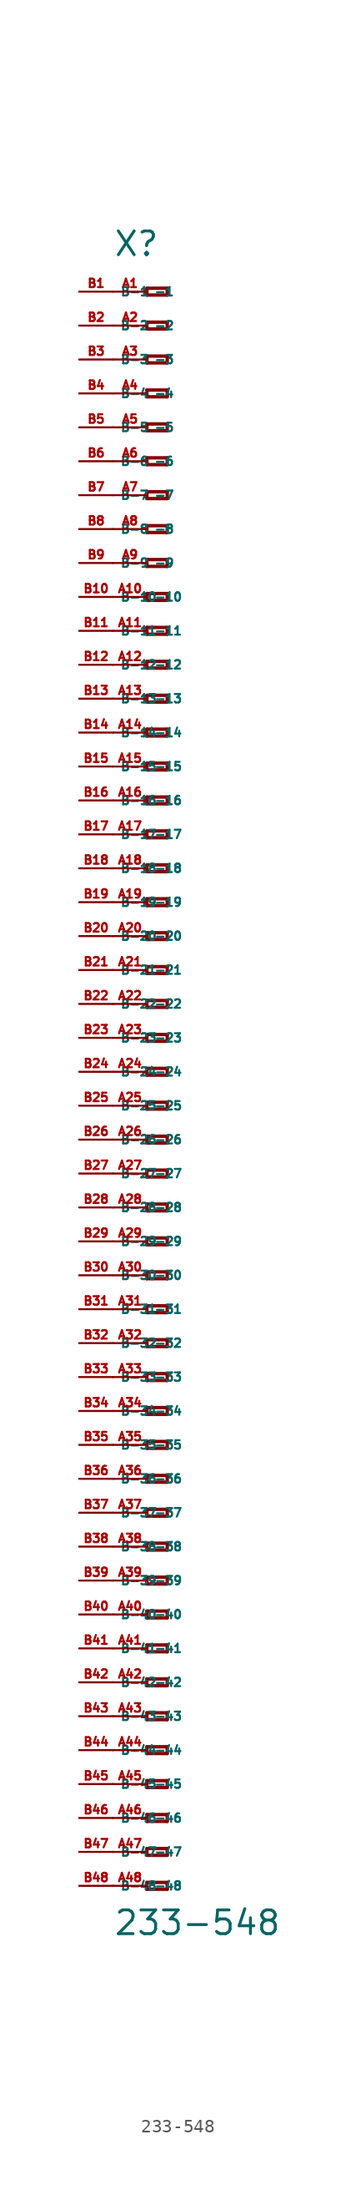
<source format=kicad_sym>
(kicad_symbol_lib
  (version 20220914)
  (generator Eagle2Kicad)
  (symbol "233-548"
    (property "Reference" "X"
      (at -5.08 60.96 0)
      (effects (font (size 1.778 1.778) (thickness 0.22)) (justify left bottom)))
    (property "Value" "233-548"
      (at -5.08 -64.77 0)
      (effects (font (size 1.778 1.778) (thickness 0.22)) (justify left bottom)))
    (polyline
      (pts (xy -2.54 58.674) (xy -2.54 58.166))
      (stroke (width 0.254) (type default))
      (fill (type none)))
    (polyline
      (pts (xy -2.54 58.166) (xy -1.016 58.166))
      (stroke (width 0.254) (type default))
      (fill (type none)))
    (polyline
      (pts (xy -1.016 58.166) (xy -1.016 58.674))
      (stroke (width 0.254) (type default))
      (fill (type none)))
    (polyline
      (pts (xy -1.016 58.674) (xy -2.54 58.674))
      (stroke (width 0.254) (type default))
      (fill (type none)))
    (polyline
      (pts (xy -2.54 56.134) (xy -2.54 55.626))
      (stroke (width 0.254) (type default))
      (fill (type none)))
    (polyline
      (pts (xy -2.54 55.626) (xy -1.016 55.626))
      (stroke (width 0.254) (type default))
      (fill (type none)))
    (polyline
      (pts (xy -1.016 55.626) (xy -1.016 56.134))
      (stroke (width 0.254) (type default))
      (fill (type none)))
    (polyline
      (pts (xy -1.016 56.134) (xy -2.54 56.134))
      (stroke (width 0.254) (type default))
      (fill (type none)))
    (polyline
      (pts (xy -2.54 53.594) (xy -2.54 53.086))
      (stroke (width 0.254) (type default))
      (fill (type none)))
    (polyline
      (pts (xy -2.54 53.086) (xy -1.016 53.086))
      (stroke (width 0.254) (type default))
      (fill (type none)))
    (polyline
      (pts (xy -1.016 53.086) (xy -1.016 53.594))
      (stroke (width 0.254) (type default))
      (fill (type none)))
    (polyline
      (pts (xy -1.016 53.594) (xy -2.54 53.594))
      (stroke (width 0.254) (type default))
      (fill (type none)))
    (polyline
      (pts (xy -2.54 51.054) (xy -2.54 50.546))
      (stroke (width 0.254) (type default))
      (fill (type none)))
    (polyline
      (pts (xy -2.54 50.546) (xy -1.016 50.546))
      (stroke (width 0.254) (type default))
      (fill (type none)))
    (polyline
      (pts (xy -1.016 50.546) (xy -1.016 51.054))
      (stroke (width 0.254) (type default))
      (fill (type none)))
    (polyline
      (pts (xy -1.016 51.054) (xy -2.54 51.054))
      (stroke (width 0.254) (type default))
      (fill (type none)))
    (polyline
      (pts (xy -2.54 48.514) (xy -2.54 48.006))
      (stroke (width 0.254) (type default))
      (fill (type none)))
    (polyline
      (pts (xy -2.54 48.006) (xy -1.016 48.006))
      (stroke (width 0.254) (type default))
      (fill (type none)))
    (polyline
      (pts (xy -1.016 48.006) (xy -1.016 48.514))
      (stroke (width 0.254) (type default))
      (fill (type none)))
    (polyline
      (pts (xy -1.016 48.514) (xy -2.54 48.514))
      (stroke (width 0.254) (type default))
      (fill (type none)))
    (polyline
      (pts (xy -2.54 45.974) (xy -2.54 45.466))
      (stroke (width 0.254) (type default))
      (fill (type none)))
    (polyline
      (pts (xy -2.54 45.466) (xy -1.016 45.466))
      (stroke (width 0.254) (type default))
      (fill (type none)))
    (polyline
      (pts (xy -1.016 45.466) (xy -1.016 45.974))
      (stroke (width 0.254) (type default))
      (fill (type none)))
    (polyline
      (pts (xy -1.016 45.974) (xy -2.54 45.974))
      (stroke (width 0.254) (type default))
      (fill (type none)))
    (polyline
      (pts (xy -2.54 43.434) (xy -2.54 42.926))
      (stroke (width 0.254) (type default))
      (fill (type none)))
    (polyline
      (pts (xy -2.54 42.926) (xy -1.016 42.926))
      (stroke (width 0.254) (type default))
      (fill (type none)))
    (polyline
      (pts (xy -1.016 42.926) (xy -1.016 43.434))
      (stroke (width 0.254) (type default))
      (fill (type none)))
    (polyline
      (pts (xy -1.016 43.434) (xy -2.54 43.434))
      (stroke (width 0.254) (type default))
      (fill (type none)))
    (polyline
      (pts (xy -2.54 40.894) (xy -2.54 40.386))
      (stroke (width 0.254) (type default))
      (fill (type none)))
    (polyline
      (pts (xy -2.54 40.386) (xy -1.016 40.386))
      (stroke (width 0.254) (type default))
      (fill (type none)))
    (polyline
      (pts (xy -1.016 40.386) (xy -1.016 40.894))
      (stroke (width 0.254) (type default))
      (fill (type none)))
    (polyline
      (pts (xy -1.016 40.894) (xy -2.54 40.894))
      (stroke (width 0.254) (type default))
      (fill (type none)))
    (polyline
      (pts (xy -2.54 38.354) (xy -2.54 37.846))
      (stroke (width 0.254) (type default))
      (fill (type none)))
    (polyline
      (pts (xy -2.54 37.846) (xy -1.016 37.846))
      (stroke (width 0.254) (type default))
      (fill (type none)))
    (polyline
      (pts (xy -1.016 37.846) (xy -1.016 38.354))
      (stroke (width 0.254) (type default))
      (fill (type none)))
    (polyline
      (pts (xy -1.016 38.354) (xy -2.54 38.354))
      (stroke (width 0.254) (type default))
      (fill (type none)))
    (polyline
      (pts (xy -2.54 35.814) (xy -2.54 35.306))
      (stroke (width 0.254) (type default))
      (fill (type none)))
    (polyline
      (pts (xy -2.54 35.306) (xy -1.016 35.306))
      (stroke (width 0.254) (type default))
      (fill (type none)))
    (polyline
      (pts (xy -1.016 35.306) (xy -1.016 35.814))
      (stroke (width 0.254) (type default))
      (fill (type none)))
    (polyline
      (pts (xy -1.016 35.814) (xy -2.54 35.814))
      (stroke (width 0.254) (type default))
      (fill (type none)))
    (polyline
      (pts (xy -2.54 33.274) (xy -2.54 32.766))
      (stroke (width 0.254) (type default))
      (fill (type none)))
    (polyline
      (pts (xy -2.54 32.766) (xy -1.016 32.766))
      (stroke (width 0.254) (type default))
      (fill (type none)))
    (polyline
      (pts (xy -1.016 32.766) (xy -1.016 33.274))
      (stroke (width 0.254) (type default))
      (fill (type none)))
    (polyline
      (pts (xy -1.016 33.274) (xy -2.54 33.274))
      (stroke (width 0.254) (type default))
      (fill (type none)))
    (polyline
      (pts (xy -2.54 30.734) (xy -2.54 30.226))
      (stroke (width 0.254) (type default))
      (fill (type none)))
    (polyline
      (pts (xy -2.54 30.226) (xy -1.016 30.226))
      (stroke (width 0.254) (type default))
      (fill (type none)))
    (polyline
      (pts (xy -1.016 30.226) (xy -1.016 30.734))
      (stroke (width 0.254) (type default))
      (fill (type none)))
    (polyline
      (pts (xy -1.016 30.734) (xy -2.54 30.734))
      (stroke (width 0.254) (type default))
      (fill (type none)))
    (polyline
      (pts (xy -2.54 28.194) (xy -2.54 27.686))
      (stroke (width 0.254) (type default))
      (fill (type none)))
    (polyline
      (pts (xy -2.54 27.686) (xy -1.016 27.686))
      (stroke (width 0.254) (type default))
      (fill (type none)))
    (polyline
      (pts (xy -1.016 27.686) (xy -1.016 28.194))
      (stroke (width 0.254) (type default))
      (fill (type none)))
    (polyline
      (pts (xy -1.016 28.194) (xy -2.54 28.194))
      (stroke (width 0.254) (type default))
      (fill (type none)))
    (polyline
      (pts (xy -2.54 25.654) (xy -2.54 25.146))
      (stroke (width 0.254) (type default))
      (fill (type none)))
    (polyline
      (pts (xy -2.54 25.146) (xy -1.016 25.146))
      (stroke (width 0.254) (type default))
      (fill (type none)))
    (polyline
      (pts (xy -1.016 25.146) (xy -1.016 25.654))
      (stroke (width 0.254) (type default))
      (fill (type none)))
    (polyline
      (pts (xy -1.016 25.654) (xy -2.54 25.654))
      (stroke (width 0.254) (type default))
      (fill (type none)))
    (polyline
      (pts (xy -2.54 23.114) (xy -2.54 22.606))
      (stroke (width 0.254) (type default))
      (fill (type none)))
    (polyline
      (pts (xy -2.54 22.606) (xy -1.016 22.606))
      (stroke (width 0.254) (type default))
      (fill (type none)))
    (polyline
      (pts (xy -1.016 22.606) (xy -1.016 23.114))
      (stroke (width 0.254) (type default))
      (fill (type none)))
    (polyline
      (pts (xy -1.016 23.114) (xy -2.54 23.114))
      (stroke (width 0.254) (type default))
      (fill (type none)))
    (polyline
      (pts (xy -2.54 20.574) (xy -2.54 20.066))
      (stroke (width 0.254) (type default))
      (fill (type none)))
    (polyline
      (pts (xy -2.54 20.066) (xy -1.016 20.066))
      (stroke (width 0.254) (type default))
      (fill (type none)))
    (polyline
      (pts (xy -1.016 20.066) (xy -1.016 20.574))
      (stroke (width 0.254) (type default))
      (fill (type none)))
    (polyline
      (pts (xy -1.016 20.574) (xy -2.54 20.574))
      (stroke (width 0.254) (type default))
      (fill (type none)))
    (polyline
      (pts (xy -2.54 18.034) (xy -2.54 17.526))
      (stroke (width 0.254) (type default))
      (fill (type none)))
    (polyline
      (pts (xy -2.54 17.526) (xy -1.016 17.526))
      (stroke (width 0.254) (type default))
      (fill (type none)))
    (polyline
      (pts (xy -1.016 17.526) (xy -1.016 18.034))
      (stroke (width 0.254) (type default))
      (fill (type none)))
    (polyline
      (pts (xy -1.016 18.034) (xy -2.54 18.034))
      (stroke (width 0.254) (type default))
      (fill (type none)))
    (polyline
      (pts (xy -2.54 15.494) (xy -2.54 14.986))
      (stroke (width 0.254) (type default))
      (fill (type none)))
    (polyline
      (pts (xy -2.54 14.986) (xy -1.016 14.986))
      (stroke (width 0.254) (type default))
      (fill (type none)))
    (polyline
      (pts (xy -1.016 14.986) (xy -1.016 15.494))
      (stroke (width 0.254) (type default))
      (fill (type none)))
    (polyline
      (pts (xy -1.016 15.494) (xy -2.54 15.494))
      (stroke (width 0.254) (type default))
      (fill (type none)))
    (polyline
      (pts (xy -2.54 12.954) (xy -2.54 12.446))
      (stroke (width 0.254) (type default))
      (fill (type none)))
    (polyline
      (pts (xy -2.54 12.446) (xy -1.016 12.446))
      (stroke (width 0.254) (type default))
      (fill (type none)))
    (polyline
      (pts (xy -1.016 12.446) (xy -1.016 12.954))
      (stroke (width 0.254) (type default))
      (fill (type none)))
    (polyline
      (pts (xy -1.016 12.954) (xy -2.54 12.954))
      (stroke (width 0.254) (type default))
      (fill (type none)))
    (polyline
      (pts (xy -2.54 10.414) (xy -2.54 9.906))
      (stroke (width 0.254) (type default))
      (fill (type none)))
    (polyline
      (pts (xy -2.54 9.906) (xy -1.016 9.906))
      (stroke (width 0.254) (type default))
      (fill (type none)))
    (polyline
      (pts (xy -1.016 9.906) (xy -1.016 10.414))
      (stroke (width 0.254) (type default))
      (fill (type none)))
    (polyline
      (pts (xy -1.016 10.414) (xy -2.54 10.414))
      (stroke (width 0.254) (type default))
      (fill (type none)))
    (polyline
      (pts (xy -2.54 7.874) (xy -2.54 7.366))
      (stroke (width 0.254) (type default))
      (fill (type none)))
    (polyline
      (pts (xy -2.54 7.366) (xy -1.016 7.366))
      (stroke (width 0.254) (type default))
      (fill (type none)))
    (polyline
      (pts (xy -1.016 7.366) (xy -1.016 7.874))
      (stroke (width 0.254) (type default))
      (fill (type none)))
    (polyline
      (pts (xy -1.016 7.874) (xy -2.54 7.874))
      (stroke (width 0.254) (type default))
      (fill (type none)))
    (polyline
      (pts (xy -2.54 5.334) (xy -2.54 4.826))
      (stroke (width 0.254) (type default))
      (fill (type none)))
    (polyline
      (pts (xy -2.54 4.826) (xy -1.016 4.826))
      (stroke (width 0.254) (type default))
      (fill (type none)))
    (polyline
      (pts (xy -1.016 4.826) (xy -1.016 5.334))
      (stroke (width 0.254) (type default))
      (fill (type none)))
    (polyline
      (pts (xy -1.016 5.334) (xy -2.54 5.334))
      (stroke (width 0.254) (type default))
      (fill (type none)))
    (polyline
      (pts (xy -2.54 2.794) (xy -2.54 2.286))
      (stroke (width 0.254) (type default))
      (fill (type none)))
    (polyline
      (pts (xy -2.54 2.286) (xy -1.016 2.286))
      (stroke (width 0.254) (type default))
      (fill (type none)))
    (polyline
      (pts (xy -1.016 2.286) (xy -1.016 2.794))
      (stroke (width 0.254) (type default))
      (fill (type none)))
    (polyline
      (pts (xy -1.016 2.794) (xy -2.54 2.794))
      (stroke (width 0.254) (type default))
      (fill (type none)))
    (polyline
      (pts (xy -2.54 0.254) (xy -2.54 -0.254))
      (stroke (width 0.254) (type default))
      (fill (type none)))
    (polyline
      (pts (xy -2.54 -0.254) (xy -1.016 -0.254))
      (stroke (width 0.254) (type default))
      (fill (type none)))
    (polyline
      (pts (xy -1.016 -0.254) (xy -1.016 0.254))
      (stroke (width 0.254) (type default))
      (fill (type none)))
    (polyline
      (pts (xy -1.016 0.254) (xy -2.54 0.254))
      (stroke (width 0.254) (type default))
      (fill (type none)))
    (polyline
      (pts (xy -2.54 -2.286) (xy -2.54 -2.794))
      (stroke (width 0.254) (type default))
      (fill (type none)))
    (polyline
      (pts (xy -2.54 -2.794) (xy -1.016 -2.794))
      (stroke (width 0.254) (type default))
      (fill (type none)))
    (polyline
      (pts (xy -1.016 -2.794) (xy -1.016 -2.286))
      (stroke (width 0.254) (type default))
      (fill (type none)))
    (polyline
      (pts (xy -1.016 -2.286) (xy -2.54 -2.286))
      (stroke (width 0.254) (type default))
      (fill (type none)))
    (polyline
      (pts (xy -2.54 -4.826) (xy -2.54 -5.334))
      (stroke (width 0.254) (type default))
      (fill (type none)))
    (polyline
      (pts (xy -2.54 -5.334) (xy -1.016 -5.334))
      (stroke (width 0.254) (type default))
      (fill (type none)))
    (polyline
      (pts (xy -1.016 -5.334) (xy -1.016 -4.826))
      (stroke (width 0.254) (type default))
      (fill (type none)))
    (polyline
      (pts (xy -1.016 -4.826) (xy -2.54 -4.826))
      (stroke (width 0.254) (type default))
      (fill (type none)))
    (polyline
      (pts (xy -2.54 -7.366) (xy -2.54 -7.874))
      (stroke (width 0.254) (type default))
      (fill (type none)))
    (polyline
      (pts (xy -2.54 -7.874) (xy -1.016 -7.874))
      (stroke (width 0.254) (type default))
      (fill (type none)))
    (polyline
      (pts (xy -1.016 -7.874) (xy -1.016 -7.366))
      (stroke (width 0.254) (type default))
      (fill (type none)))
    (polyline
      (pts (xy -1.016 -7.366) (xy -2.54 -7.366))
      (stroke (width 0.254) (type default))
      (fill (type none)))
    (polyline
      (pts (xy -2.54 -9.906) (xy -2.54 -10.414))
      (stroke (width 0.254) (type default))
      (fill (type none)))
    (polyline
      (pts (xy -2.54 -10.414) (xy -1.016 -10.414))
      (stroke (width 0.254) (type default))
      (fill (type none)))
    (polyline
      (pts (xy -1.016 -10.414) (xy -1.016 -9.906))
      (stroke (width 0.254) (type default))
      (fill (type none)))
    (polyline
      (pts (xy -1.016 -9.906) (xy -2.54 -9.906))
      (stroke (width 0.254) (type default))
      (fill (type none)))
    (polyline
      (pts (xy -2.54 -12.446) (xy -2.54 -12.954))
      (stroke (width 0.254) (type default))
      (fill (type none)))
    (polyline
      (pts (xy -2.54 -12.954) (xy -1.016 -12.954))
      (stroke (width 0.254) (type default))
      (fill (type none)))
    (polyline
      (pts (xy -1.016 -12.954) (xy -1.016 -12.446))
      (stroke (width 0.254) (type default))
      (fill (type none)))
    (polyline
      (pts (xy -1.016 -12.446) (xy -2.54 -12.446))
      (stroke (width 0.254) (type default))
      (fill (type none)))
    (polyline
      (pts (xy -2.54 -14.986) (xy -2.54 -15.494))
      (stroke (width 0.254) (type default))
      (fill (type none)))
    (polyline
      (pts (xy -2.54 -15.494) (xy -1.016 -15.494))
      (stroke (width 0.254) (type default))
      (fill (type none)))
    (polyline
      (pts (xy -1.016 -15.494) (xy -1.016 -14.986))
      (stroke (width 0.254) (type default))
      (fill (type none)))
    (polyline
      (pts (xy -1.016 -14.986) (xy -2.54 -14.986))
      (stroke (width 0.254) (type default))
      (fill (type none)))
    (polyline
      (pts (xy -2.54 -17.526) (xy -2.54 -18.034))
      (stroke (width 0.254) (type default))
      (fill (type none)))
    (polyline
      (pts (xy -2.54 -18.034) (xy -1.016 -18.034))
      (stroke (width 0.254) (type default))
      (fill (type none)))
    (polyline
      (pts (xy -1.016 -18.034) (xy -1.016 -17.526))
      (stroke (width 0.254) (type default))
      (fill (type none)))
    (polyline
      (pts (xy -1.016 -17.526) (xy -2.54 -17.526))
      (stroke (width 0.254) (type default))
      (fill (type none)))
    (polyline
      (pts (xy -2.54 -20.066) (xy -2.54 -20.574))
      (stroke (width 0.254) (type default))
      (fill (type none)))
    (polyline
      (pts (xy -2.54 -20.574) (xy -1.016 -20.574))
      (stroke (width 0.254) (type default))
      (fill (type none)))
    (polyline
      (pts (xy -1.016 -20.574) (xy -1.016 -20.066))
      (stroke (width 0.254) (type default))
      (fill (type none)))
    (polyline
      (pts (xy -1.016 -20.066) (xy -2.54 -20.066))
      (stroke (width 0.254) (type default))
      (fill (type none)))
    (polyline
      (pts (xy -2.54 -22.606) (xy -2.54 -23.114))
      (stroke (width 0.254) (type default))
      (fill (type none)))
    (polyline
      (pts (xy -2.54 -23.114) (xy -1.016 -23.114))
      (stroke (width 0.254) (type default))
      (fill (type none)))
    (polyline
      (pts (xy -1.016 -23.114) (xy -1.016 -22.606))
      (stroke (width 0.254) (type default))
      (fill (type none)))
    (polyline
      (pts (xy -1.016 -22.606) (xy -2.54 -22.606))
      (stroke (width 0.254) (type default))
      (fill (type none)))
    (polyline
      (pts (xy -2.54 -25.146) (xy -2.54 -25.654))
      (stroke (width 0.254) (type default))
      (fill (type none)))
    (polyline
      (pts (xy -2.54 -25.654) (xy -1.016 -25.654))
      (stroke (width 0.254) (type default))
      (fill (type none)))
    (polyline
      (pts (xy -1.016 -25.654) (xy -1.016 -25.146))
      (stroke (width 0.254) (type default))
      (fill (type none)))
    (polyline
      (pts (xy -1.016 -25.146) (xy -2.54 -25.146))
      (stroke (width 0.254) (type default))
      (fill (type none)))
    (polyline
      (pts (xy -2.54 -27.686) (xy -2.54 -28.194))
      (stroke (width 0.254) (type default))
      (fill (type none)))
    (polyline
      (pts (xy -2.54 -28.194) (xy -1.016 -28.194))
      (stroke (width 0.254) (type default))
      (fill (type none)))
    (polyline
      (pts (xy -1.016 -28.194) (xy -1.016 -27.686))
      (stroke (width 0.254) (type default))
      (fill (type none)))
    (polyline
      (pts (xy -1.016 -27.686) (xy -2.54 -27.686))
      (stroke (width 0.254) (type default))
      (fill (type none)))
    (polyline
      (pts (xy -2.54 -30.226) (xy -2.54 -30.734))
      (stroke (width 0.254) (type default))
      (fill (type none)))
    (polyline
      (pts (xy -2.54 -30.734) (xy -1.016 -30.734))
      (stroke (width 0.254) (type default))
      (fill (type none)))
    (polyline
      (pts (xy -1.016 -30.734) (xy -1.016 -30.226))
      (stroke (width 0.254) (type default))
      (fill (type none)))
    (polyline
      (pts (xy -1.016 -30.226) (xy -2.54 -30.226))
      (stroke (width 0.254) (type default))
      (fill (type none)))
    (polyline
      (pts (xy -2.54 -32.766) (xy -2.54 -33.274))
      (stroke (width 0.254) (type default))
      (fill (type none)))
    (polyline
      (pts (xy -2.54 -33.274) (xy -1.016 -33.274))
      (stroke (width 0.254) (type default))
      (fill (type none)))
    (polyline
      (pts (xy -1.016 -33.274) (xy -1.016 -32.766))
      (stroke (width 0.254) (type default))
      (fill (type none)))
    (polyline
      (pts (xy -1.016 -32.766) (xy -2.54 -32.766))
      (stroke (width 0.254) (type default))
      (fill (type none)))
    (polyline
      (pts (xy -2.54 -35.306) (xy -2.54 -35.814))
      (stroke (width 0.254) (type default))
      (fill (type none)))
    (polyline
      (pts (xy -2.54 -35.814) (xy -1.016 -35.814))
      (stroke (width 0.254) (type default))
      (fill (type none)))
    (polyline
      (pts (xy -1.016 -35.814) (xy -1.016 -35.306))
      (stroke (width 0.254) (type default))
      (fill (type none)))
    (polyline
      (pts (xy -1.016 -35.306) (xy -2.54 -35.306))
      (stroke (width 0.254) (type default))
      (fill (type none)))
    (polyline
      (pts (xy -2.54 -37.846) (xy -2.54 -38.354))
      (stroke (width 0.254) (type default))
      (fill (type none)))
    (polyline
      (pts (xy -2.54 -38.354) (xy -1.016 -38.354))
      (stroke (width 0.254) (type default))
      (fill (type none)))
    (polyline
      (pts (xy -1.016 -38.354) (xy -1.016 -37.846))
      (stroke (width 0.254) (type default))
      (fill (type none)))
    (polyline
      (pts (xy -1.016 -37.846) (xy -2.54 -37.846))
      (stroke (width 0.254) (type default))
      (fill (type none)))
    (polyline
      (pts (xy -2.54 -40.386) (xy -2.54 -40.894))
      (stroke (width 0.254) (type default))
      (fill (type none)))
    (polyline
      (pts (xy -2.54 -40.894) (xy -1.016 -40.894))
      (stroke (width 0.254) (type default))
      (fill (type none)))
    (polyline
      (pts (xy -1.016 -40.894) (xy -1.016 -40.386))
      (stroke (width 0.254) (type default))
      (fill (type none)))
    (polyline
      (pts (xy -1.016 -40.386) (xy -2.54 -40.386))
      (stroke (width 0.254) (type default))
      (fill (type none)))
    (polyline
      (pts (xy -2.54 -42.926) (xy -2.54 -43.434))
      (stroke (width 0.254) (type default))
      (fill (type none)))
    (polyline
      (pts (xy -2.54 -43.434) (xy -1.016 -43.434))
      (stroke (width 0.254) (type default))
      (fill (type none)))
    (polyline
      (pts (xy -1.016 -43.434) (xy -1.016 -42.926))
      (stroke (width 0.254) (type default))
      (fill (type none)))
    (polyline
      (pts (xy -1.016 -42.926) (xy -2.54 -42.926))
      (stroke (width 0.254) (type default))
      (fill (type none)))
    (polyline
      (pts (xy -2.54 -45.466) (xy -2.54 -45.974))
      (stroke (width 0.254) (type default))
      (fill (type none)))
    (polyline
      (pts (xy -2.54 -45.974) (xy -1.016 -45.974))
      (stroke (width 0.254) (type default))
      (fill (type none)))
    (polyline
      (pts (xy -1.016 -45.974) (xy -1.016 -45.466))
      (stroke (width 0.254) (type default))
      (fill (type none)))
    (polyline
      (pts (xy -1.016 -45.466) (xy -2.54 -45.466))
      (stroke (width 0.254) (type default))
      (fill (type none)))
    (polyline
      (pts (xy -2.54 -48.006) (xy -2.54 -48.514))
      (stroke (width 0.254) (type default))
      (fill (type none)))
    (polyline
      (pts (xy -2.54 -48.514) (xy -1.016 -48.514))
      (stroke (width 0.254) (type default))
      (fill (type none)))
    (polyline
      (pts (xy -1.016 -48.514) (xy -1.016 -48.006))
      (stroke (width 0.254) (type default))
      (fill (type none)))
    (polyline
      (pts (xy -1.016 -48.006) (xy -2.54 -48.006))
      (stroke (width 0.254) (type default))
      (fill (type none)))
    (polyline
      (pts (xy -2.54 -50.546) (xy -2.54 -51.054))
      (stroke (width 0.254) (type default))
      (fill (type none)))
    (polyline
      (pts (xy -2.54 -51.054) (xy -1.016 -51.054))
      (stroke (width 0.254) (type default))
      (fill (type none)))
    (polyline
      (pts (xy -1.016 -51.054) (xy -1.016 -50.546))
      (stroke (width 0.254) (type default))
      (fill (type none)))
    (polyline
      (pts (xy -1.016 -50.546) (xy -2.54 -50.546))
      (stroke (width 0.254) (type default))
      (fill (type none)))
    (polyline
      (pts (xy -2.54 -53.086) (xy -2.54 -53.594))
      (stroke (width 0.254) (type default))
      (fill (type none)))
    (polyline
      (pts (xy -2.54 -53.594) (xy -1.016 -53.594))
      (stroke (width 0.254) (type default))
      (fill (type none)))
    (polyline
      (pts (xy -1.016 -53.594) (xy -1.016 -53.086))
      (stroke (width 0.254) (type default))
      (fill (type none)))
    (polyline
      (pts (xy -1.016 -53.086) (xy -2.54 -53.086))
      (stroke (width 0.254) (type default))
      (fill (type none)))
    (polyline
      (pts (xy -2.54 -55.626) (xy -2.54 -56.134))
      (stroke (width 0.254) (type default))
      (fill (type none)))
    (polyline
      (pts (xy -2.54 -56.134) (xy -1.016 -56.134))
      (stroke (width 0.254) (type default))
      (fill (type none)))
    (polyline
      (pts (xy -1.016 -56.134) (xy -1.016 -55.626))
      (stroke (width 0.254) (type default))
      (fill (type none)))
    (polyline
      (pts (xy -1.016 -55.626) (xy -2.54 -55.626))
      (stroke (width 0.254) (type default))
      (fill (type none)))
    (polyline
      (pts (xy -2.54 -58.166) (xy -2.54 -58.674))
      (stroke (width 0.254) (type default))
      (fill (type none)))
    (polyline
      (pts (xy -2.54 -58.674) (xy -1.016 -58.674))
      (stroke (width 0.254) (type default))
      (fill (type none)))
    (polyline
      (pts (xy -1.016 -58.674) (xy -1.016 -58.166))
      (stroke (width 0.254) (type default))
      (fill (type none)))
    (polyline
      (pts (xy -1.016 -58.166) (xy -2.54 -58.166))
      (stroke (width 0.254) (type default))
      (fill (type none)))
    (polyline
      (pts (xy -2.54 -60.706) (xy -2.54 -61.214))
      (stroke (width 0.254) (type default))
      (fill (type none)))
    (polyline
      (pts (xy -2.54 -61.214) (xy -1.016 -61.214))
      (stroke (width 0.254) (type default))
      (fill (type none)))
    (polyline
      (pts (xy -1.016 -61.214) (xy -1.016 -60.706))
      (stroke (width 0.254) (type default))
      (fill (type none)))
    (polyline
      (pts (xy -1.016 -60.706) (xy -2.54 -60.706))
      (stroke (width 0.254) (type default))
      (fill (type none)))
    (pin passive line
      (at -5.08 58.42 0)
      (length 2.54)
      (name "-1" (effects (font (size 0.635 0.635) (thickness 0.08)) (justify left bottom)))
      (number "A1" (effects (font (size 0.635 0.635) (thickness 0.08)) (justify left bottom))))
    (pin passive line
      (at -5.08 55.88 0)
      (length 2.54)
      (name "-2" (effects (font (size 0.635 0.635) (thickness 0.08)) (justify left bottom)))
      (number "A2" (effects (font (size 0.635 0.635) (thickness 0.08)) (justify left bottom))))
    (pin passive line
      (at -5.08 53.34 0)
      (length 2.54)
      (name "-3" (effects (font (size 0.635 0.635) (thickness 0.08)) (justify left bottom)))
      (number "A3" (effects (font (size 0.635 0.635) (thickness 0.08)) (justify left bottom))))
    (pin passive line
      (at -5.08 50.8 0)
      (length 2.54)
      (name "-4" (effects (font (size 0.635 0.635) (thickness 0.08)) (justify left bottom)))
      (number "A4" (effects (font (size 0.635 0.635) (thickness 0.08)) (justify left bottom))))
    (pin passive line
      (at -5.08 48.26 0)
      (length 2.54)
      (name "-5" (effects (font (size 0.635 0.635) (thickness 0.08)) (justify left bottom)))
      (number "A5" (effects (font (size 0.635 0.635) (thickness 0.08)) (justify left bottom))))
    (pin passive line
      (at -5.08 45.72 0)
      (length 2.54)
      (name "-6" (effects (font (size 0.635 0.635) (thickness 0.08)) (justify left bottom)))
      (number "A6" (effects (font (size 0.635 0.635) (thickness 0.08)) (justify left bottom))))
    (pin passive line
      (at -5.08 43.18 0)
      (length 2.54)
      (name "-7" (effects (font (size 0.635 0.635) (thickness 0.08)) (justify left bottom)))
      (number "A7" (effects (font (size 0.635 0.635) (thickness 0.08)) (justify left bottom))))
    (pin passive line
      (at -5.08 40.64 0)
      (length 2.54)
      (name "-8" (effects (font (size 0.635 0.635) (thickness 0.08)) (justify left bottom)))
      (number "A8" (effects (font (size 0.635 0.635) (thickness 0.08)) (justify left bottom))))
    (pin passive line
      (at -5.08 38.1 0)
      (length 2.54)
      (name "-9" (effects (font (size 0.635 0.635) (thickness 0.08)) (justify left bottom)))
      (number "A9" (effects (font (size 0.635 0.635) (thickness 0.08)) (justify left bottom))))
    (pin passive line
      (at -5.08 35.56 0)
      (length 2.54)
      (name "-10" (effects (font (size 0.635 0.635) (thickness 0.08)) (justify left bottom)))
      (number "A10" (effects (font (size 0.635 0.635) (thickness 0.08)) (justify left bottom))))
    (pin passive line
      (at -5.08 33.02 0)
      (length 2.54)
      (name "-11" (effects (font (size 0.635 0.635) (thickness 0.08)) (justify left bottom)))
      (number "A11" (effects (font (size 0.635 0.635) (thickness 0.08)) (justify left bottom))))
    (pin passive line
      (at -5.08 30.48 0)
      (length 2.54)
      (name "-12" (effects (font (size 0.635 0.635) (thickness 0.08)) (justify left bottom)))
      (number "A12" (effects (font (size 0.635 0.635) (thickness 0.08)) (justify left bottom))))
    (pin passive line
      (at -5.08 27.94 0)
      (length 2.54)
      (name "-13" (effects (font (size 0.635 0.635) (thickness 0.08)) (justify left bottom)))
      (number "A13" (effects (font (size 0.635 0.635) (thickness 0.08)) (justify left bottom))))
    (pin passive line
      (at -5.08 25.4 0)
      (length 2.54)
      (name "-14" (effects (font (size 0.635 0.635) (thickness 0.08)) (justify left bottom)))
      (number "A14" (effects (font (size 0.635 0.635) (thickness 0.08)) (justify left bottom))))
    (pin passive line
      (at -5.08 22.86 0)
      (length 2.54)
      (name "-15" (effects (font (size 0.635 0.635) (thickness 0.08)) (justify left bottom)))
      (number "A15" (effects (font (size 0.635 0.635) (thickness 0.08)) (justify left bottom))))
    (pin passive line
      (at -5.08 20.32 0)
      (length 2.54)
      (name "-16" (effects (font (size 0.635 0.635) (thickness 0.08)) (justify left bottom)))
      (number "A16" (effects (font (size 0.635 0.635) (thickness 0.08)) (justify left bottom))))
    (pin passive line
      (at -5.08 17.78 0)
      (length 2.54)
      (name "-17" (effects (font (size 0.635 0.635) (thickness 0.08)) (justify left bottom)))
      (number "A17" (effects (font (size 0.635 0.635) (thickness 0.08)) (justify left bottom))))
    (pin passive line
      (at -5.08 15.24 0)
      (length 2.54)
      (name "-18" (effects (font (size 0.635 0.635) (thickness 0.08)) (justify left bottom)))
      (number "A18" (effects (font (size 0.635 0.635) (thickness 0.08)) (justify left bottom))))
    (pin passive line
      (at -5.08 12.7 0)
      (length 2.54)
      (name "-19" (effects (font (size 0.635 0.635) (thickness 0.08)) (justify left bottom)))
      (number "A19" (effects (font (size 0.635 0.635) (thickness 0.08)) (justify left bottom))))
    (pin passive line
      (at -5.08 10.16 0)
      (length 2.54)
      (name "-20" (effects (font (size 0.635 0.635) (thickness 0.08)) (justify left bottom)))
      (number "A20" (effects (font (size 0.635 0.635) (thickness 0.08)) (justify left bottom))))
    (pin passive line
      (at -5.08 7.62 0)
      (length 2.54)
      (name "-21" (effects (font (size 0.635 0.635) (thickness 0.08)) (justify left bottom)))
      (number "A21" (effects (font (size 0.635 0.635) (thickness 0.08)) (justify left bottom))))
    (pin passive line
      (at -5.08 5.08 0)
      (length 2.54)
      (name "-22" (effects (font (size 0.635 0.635) (thickness 0.08)) (justify left bottom)))
      (number "A22" (effects (font (size 0.635 0.635) (thickness 0.08)) (justify left bottom))))
    (pin passive line
      (at -5.08 2.54 0)
      (length 2.54)
      (name "-23" (effects (font (size 0.635 0.635) (thickness 0.08)) (justify left bottom)))
      (number "A23" (effects (font (size 0.635 0.635) (thickness 0.08)) (justify left bottom))))
    (pin passive line
      (at -5.08 0 0)
      (length 2.54)
      (name "-24" (effects (font (size 0.635 0.635) (thickness 0.08)) (justify left bottom)))
      (number "A24" (effects (font (size 0.635 0.635) (thickness 0.08)) (justify left bottom))))
    (pin passive line
      (at -5.08 -2.54 0)
      (length 2.54)
      (name "-25" (effects (font (size 0.635 0.635) (thickness 0.08)) (justify left bottom)))
      (number "A25" (effects (font (size 0.635 0.635) (thickness 0.08)) (justify left bottom))))
    (pin passive line
      (at -5.08 -5.08 0)
      (length 2.54)
      (name "-26" (effects (font (size 0.635 0.635) (thickness 0.08)) (justify left bottom)))
      (number "A26" (effects (font (size 0.635 0.635) (thickness 0.08)) (justify left bottom))))
    (pin passive line
      (at -5.08 -7.62 0)
      (length 2.54)
      (name "-27" (effects (font (size 0.635 0.635) (thickness 0.08)) (justify left bottom)))
      (number "A27" (effects (font (size 0.635 0.635) (thickness 0.08)) (justify left bottom))))
    (pin passive line
      (at -5.08 -10.16 0)
      (length 2.54)
      (name "-28" (effects (font (size 0.635 0.635) (thickness 0.08)) (justify left bottom)))
      (number "A28" (effects (font (size 0.635 0.635) (thickness 0.08)) (justify left bottom))))
    (pin passive line
      (at -5.08 -12.7 0)
      (length 2.54)
      (name "-29" (effects (font (size 0.635 0.635) (thickness 0.08)) (justify left bottom)))
      (number "A29" (effects (font (size 0.635 0.635) (thickness 0.08)) (justify left bottom))))
    (pin passive line
      (at -5.08 -15.24 0)
      (length 2.54)
      (name "-30" (effects (font (size 0.635 0.635) (thickness 0.08)) (justify left bottom)))
      (number "A30" (effects (font (size 0.635 0.635) (thickness 0.08)) (justify left bottom))))
    (pin passive line
      (at -5.08 -17.78 0)
      (length 2.54)
      (name "-31" (effects (font (size 0.635 0.635) (thickness 0.08)) (justify left bottom)))
      (number "A31" (effects (font (size 0.635 0.635) (thickness 0.08)) (justify left bottom))))
    (pin passive line
      (at -5.08 -20.32 0)
      (length 2.54)
      (name "-32" (effects (font (size 0.635 0.635) (thickness 0.08)) (justify left bottom)))
      (number "A32" (effects (font (size 0.635 0.635) (thickness 0.08)) (justify left bottom))))
    (pin passive line
      (at -5.08 -22.86 0)
      (length 2.54)
      (name "-33" (effects (font (size 0.635 0.635) (thickness 0.08)) (justify left bottom)))
      (number "A33" (effects (font (size 0.635 0.635) (thickness 0.08)) (justify left bottom))))
    (pin passive line
      (at -5.08 -25.4 0)
      (length 2.54)
      (name "-34" (effects (font (size 0.635 0.635) (thickness 0.08)) (justify left bottom)))
      (number "A34" (effects (font (size 0.635 0.635) (thickness 0.08)) (justify left bottom))))
    (pin passive line
      (at -5.08 -27.94 0)
      (length 2.54)
      (name "-35" (effects (font (size 0.635 0.635) (thickness 0.08)) (justify left bottom)))
      (number "A35" (effects (font (size 0.635 0.635) (thickness 0.08)) (justify left bottom))))
    (pin passive line
      (at -5.08 -30.48 0)
      (length 2.54)
      (name "-36" (effects (font (size 0.635 0.635) (thickness 0.08)) (justify left bottom)))
      (number "A36" (effects (font (size 0.635 0.635) (thickness 0.08)) (justify left bottom))))
    (pin passive line
      (at -5.08 -33.02 0)
      (length 2.54)
      (name "-37" (effects (font (size 0.635 0.635) (thickness 0.08)) (justify left bottom)))
      (number "A37" (effects (font (size 0.635 0.635) (thickness 0.08)) (justify left bottom))))
    (pin passive line
      (at -5.08 -35.56 0)
      (length 2.54)
      (name "-38" (effects (font (size 0.635 0.635) (thickness 0.08)) (justify left bottom)))
      (number "A38" (effects (font (size 0.635 0.635) (thickness 0.08)) (justify left bottom))))
    (pin passive line
      (at -5.08 -38.1 0)
      (length 2.54)
      (name "-39" (effects (font (size 0.635 0.635) (thickness 0.08)) (justify left bottom)))
      (number "A39" (effects (font (size 0.635 0.635) (thickness 0.08)) (justify left bottom))))
    (pin passive line
      (at -5.08 -40.64 0)
      (length 2.54)
      (name "-40" (effects (font (size 0.635 0.635) (thickness 0.08)) (justify left bottom)))
      (number "A40" (effects (font (size 0.635 0.635) (thickness 0.08)) (justify left bottom))))
    (pin passive line
      (at -5.08 -43.18 0)
      (length 2.54)
      (name "-41" (effects (font (size 0.635 0.635) (thickness 0.08)) (justify left bottom)))
      (number "A41" (effects (font (size 0.635 0.635) (thickness 0.08)) (justify left bottom))))
    (pin passive line
      (at -5.08 -45.72 0)
      (length 2.54)
      (name "-42" (effects (font (size 0.635 0.635) (thickness 0.08)) (justify left bottom)))
      (number "A42" (effects (font (size 0.635 0.635) (thickness 0.08)) (justify left bottom))))
    (pin passive line
      (at -5.08 -48.26 0)
      (length 2.54)
      (name "-43" (effects (font (size 0.635 0.635) (thickness 0.08)) (justify left bottom)))
      (number "A43" (effects (font (size 0.635 0.635) (thickness 0.08)) (justify left bottom))))
    (pin passive line
      (at -5.08 -50.8 0)
      (length 2.54)
      (name "-44" (effects (font (size 0.635 0.635) (thickness 0.08)) (justify left bottom)))
      (number "A44" (effects (font (size 0.635 0.635) (thickness 0.08)) (justify left bottom))))
    (pin passive line
      (at -5.08 -53.34 0)
      (length 2.54)
      (name "-45" (effects (font (size 0.635 0.635) (thickness 0.08)) (justify left bottom)))
      (number "A45" (effects (font (size 0.635 0.635) (thickness 0.08)) (justify left bottom))))
    (pin passive line
      (at -5.08 -55.88 0)
      (length 2.54)
      (name "-46" (effects (font (size 0.635 0.635) (thickness 0.08)) (justify left bottom)))
      (number "A46" (effects (font (size 0.635 0.635) (thickness 0.08)) (justify left bottom))))
    (pin passive line
      (at -5.08 -58.42 0)
      (length 2.54)
      (name "-47" (effects (font (size 0.635 0.635) (thickness 0.08)) (justify left bottom)))
      (number "A47" (effects (font (size 0.635 0.635) (thickness 0.08)) (justify left bottom))))
    (pin passive line
      (at -5.08 -60.96 0)
      (length 2.54)
      (name "-48" (effects (font (size 0.635 0.635) (thickness 0.08)) (justify left bottom)))
      (number "A48" (effects (font (size 0.635 0.635) (thickness 0.08)) (justify left bottom))))
    (pin passive line
      (at -7.62 -60.96 0)
      (length 2.54)
      (name "B-48" (effects (font (size 0.635 0.635) (thickness 0.08)) (justify left bottom)))
      (number "B48" (effects (font (size 0.635 0.635) (thickness 0.08)) (justify left bottom))))
    (pin passive line
      (at -7.62 58.42 0)
      (length 2.54)
      (name "B-1" (effects (font (size 0.635 0.635) (thickness 0.08)) (justify left bottom)))
      (number "B1" (effects (font (size 0.635 0.635) (thickness 0.08)) (justify left bottom))))
    (pin passive line
      (at -7.62 55.88 0)
      (length 2.54)
      (name "B-2" (effects (font (size 0.635 0.635) (thickness 0.08)) (justify left bottom)))
      (number "B2" (effects (font (size 0.635 0.635) (thickness 0.08)) (justify left bottom))))
    (pin passive line
      (at -7.62 53.34 0)
      (length 2.54)
      (name "B-3" (effects (font (size 0.635 0.635) (thickness 0.08)) (justify left bottom)))
      (number "B3" (effects (font (size 0.635 0.635) (thickness 0.08)) (justify left bottom))))
    (pin passive line
      (at -7.62 50.8 0)
      (length 2.54)
      (name "B-4" (effects (font (size 0.635 0.635) (thickness 0.08)) (justify left bottom)))
      (number "B4" (effects (font (size 0.635 0.635) (thickness 0.08)) (justify left bottom))))
    (pin passive line
      (at -7.62 48.26 0)
      (length 2.54)
      (name "B-5" (effects (font (size 0.635 0.635) (thickness 0.08)) (justify left bottom)))
      (number "B5" (effects (font (size 0.635 0.635) (thickness 0.08)) (justify left bottom))))
    (pin passive line
      (at -7.62 45.72 0)
      (length 2.54)
      (name "B-6" (effects (font (size 0.635 0.635) (thickness 0.08)) (justify left bottom)))
      (number "B6" (effects (font (size 0.635 0.635) (thickness 0.08)) (justify left bottom))))
    (pin passive line
      (at -7.62 43.18 0)
      (length 2.54)
      (name "B-7" (effects (font (size 0.635 0.635) (thickness 0.08)) (justify left bottom)))
      (number "B7" (effects (font (size 0.635 0.635) (thickness 0.08)) (justify left bottom))))
    (pin passive line
      (at -7.62 40.64 0)
      (length 2.54)
      (name "B-8" (effects (font (size 0.635 0.635) (thickness 0.08)) (justify left bottom)))
      (number "B8" (effects (font (size 0.635 0.635) (thickness 0.08)) (justify left bottom))))
    (pin passive line
      (at -7.62 38.1 0)
      (length 2.54)
      (name "B-9" (effects (font (size 0.635 0.635) (thickness 0.08)) (justify left bottom)))
      (number "B9" (effects (font (size 0.635 0.635) (thickness 0.08)) (justify left bottom))))
    (pin passive line
      (at -7.62 35.56 0)
      (length 2.54)
      (name "B-10" (effects (font (size 0.635 0.635) (thickness 0.08)) (justify left bottom)))
      (number "B10" (effects (font (size 0.635 0.635) (thickness 0.08)) (justify left bottom))))
    (pin passive line
      (at -7.62 33.02 0)
      (length 2.54)
      (name "B-11" (effects (font (size 0.635 0.635) (thickness 0.08)) (justify left bottom)))
      (number "B11" (effects (font (size 0.635 0.635) (thickness 0.08)) (justify left bottom))))
    (pin passive line
      (at -7.62 30.48 0)
      (length 2.54)
      (name "B-12" (effects (font (size 0.635 0.635) (thickness 0.08)) (justify left bottom)))
      (number "B12" (effects (font (size 0.635 0.635) (thickness 0.08)) (justify left bottom))))
    (pin passive line
      (at -7.62 27.94 0)
      (length 2.54)
      (name "B-13" (effects (font (size 0.635 0.635) (thickness 0.08)) (justify left bottom)))
      (number "B13" (effects (font (size 0.635 0.635) (thickness 0.08)) (justify left bottom))))
    (pin passive line
      (at -7.62 25.4 0)
      (length 2.54)
      (name "B-14" (effects (font (size 0.635 0.635) (thickness 0.08)) (justify left bottom)))
      (number "B14" (effects (font (size 0.635 0.635) (thickness 0.08)) (justify left bottom))))
    (pin passive line
      (at -7.62 22.86 0)
      (length 2.54)
      (name "B-15" (effects (font (size 0.635 0.635) (thickness 0.08)) (justify left bottom)))
      (number "B15" (effects (font (size 0.635 0.635) (thickness 0.08)) (justify left bottom))))
    (pin passive line
      (at -7.62 20.32 0)
      (length 2.54)
      (name "B-16" (effects (font (size 0.635 0.635) (thickness 0.08)) (justify left bottom)))
      (number "B16" (effects (font (size 0.635 0.635) (thickness 0.08)) (justify left bottom))))
    (pin passive line
      (at -7.62 17.78 0)
      (length 2.54)
      (name "B-17" (effects (font (size 0.635 0.635) (thickness 0.08)) (justify left bottom)))
      (number "B17" (effects (font (size 0.635 0.635) (thickness 0.08)) (justify left bottom))))
    (pin passive line
      (at -7.62 15.24 0)
      (length 2.54)
      (name "B-18" (effects (font (size 0.635 0.635) (thickness 0.08)) (justify left bottom)))
      (number "B18" (effects (font (size 0.635 0.635) (thickness 0.08)) (justify left bottom))))
    (pin passive line
      (at -7.62 12.7 0)
      (length 2.54)
      (name "B-19" (effects (font (size 0.635 0.635) (thickness 0.08)) (justify left bottom)))
      (number "B19" (effects (font (size 0.635 0.635) (thickness 0.08)) (justify left bottom))))
    (pin passive line
      (at -7.62 10.16 0)
      (length 2.54)
      (name "B-20" (effects (font (size 0.635 0.635) (thickness 0.08)) (justify left bottom)))
      (number "B20" (effects (font (size 0.635 0.635) (thickness 0.08)) (justify left bottom))))
    (pin passive line
      (at -7.62 7.62 0)
      (length 2.54)
      (name "B-21" (effects (font (size 0.635 0.635) (thickness 0.08)) (justify left bottom)))
      (number "B21" (effects (font (size 0.635 0.635) (thickness 0.08)) (justify left bottom))))
    (pin passive line
      (at -7.62 5.08 0)
      (length 2.54)
      (name "B-22" (effects (font (size 0.635 0.635) (thickness 0.08)) (justify left bottom)))
      (number "B22" (effects (font (size 0.635 0.635) (thickness 0.08)) (justify left bottom))))
    (pin passive line
      (at -7.62 2.54 0)
      (length 2.54)
      (name "B-23" (effects (font (size 0.635 0.635) (thickness 0.08)) (justify left bottom)))
      (number "B23" (effects (font (size 0.635 0.635) (thickness 0.08)) (justify left bottom))))
    (pin passive line
      (at -7.62 0 0)
      (length 2.54)
      (name "B-24" (effects (font (size 0.635 0.635) (thickness 0.08)) (justify left bottom)))
      (number "B24" (effects (font (size 0.635 0.635) (thickness 0.08)) (justify left bottom))))
    (pin passive line
      (at -7.62 -2.54 0)
      (length 2.54)
      (name "B-25" (effects (font (size 0.635 0.635) (thickness 0.08)) (justify left bottom)))
      (number "B25" (effects (font (size 0.635 0.635) (thickness 0.08)) (justify left bottom))))
    (pin passive line
      (at -7.62 -5.08 0)
      (length 2.54)
      (name "B-26" (effects (font (size 0.635 0.635) (thickness 0.08)) (justify left bottom)))
      (number "B26" (effects (font (size 0.635 0.635) (thickness 0.08)) (justify left bottom))))
    (pin passive line
      (at -7.62 -7.62 0)
      (length 2.54)
      (name "B-27" (effects (font (size 0.635 0.635) (thickness 0.08)) (justify left bottom)))
      (number "B27" (effects (font (size 0.635 0.635) (thickness 0.08)) (justify left bottom))))
    (pin passive line
      (at -7.62 -10.16 0)
      (length 2.54)
      (name "B-28" (effects (font (size 0.635 0.635) (thickness 0.08)) (justify left bottom)))
      (number "B28" (effects (font (size 0.635 0.635) (thickness 0.08)) (justify left bottom))))
    (pin passive line
      (at -7.62 -12.7 0)
      (length 2.54)
      (name "B-29" (effects (font (size 0.635 0.635) (thickness 0.08)) (justify left bottom)))
      (number "B29" (effects (font (size 0.635 0.635) (thickness 0.08)) (justify left bottom))))
    (pin passive line
      (at -7.62 -15.24 0)
      (length 2.54)
      (name "B-30" (effects (font (size 0.635 0.635) (thickness 0.08)) (justify left bottom)))
      (number "B30" (effects (font (size 0.635 0.635) (thickness 0.08)) (justify left bottom))))
    (pin passive line
      (at -7.62 -17.78 0)
      (length 2.54)
      (name "B-31" (effects (font (size 0.635 0.635) (thickness 0.08)) (justify left bottom)))
      (number "B31" (effects (font (size 0.635 0.635) (thickness 0.08)) (justify left bottom))))
    (pin passive line
      (at -7.62 -20.32 0)
      (length 2.54)
      (name "B-32" (effects (font (size 0.635 0.635) (thickness 0.08)) (justify left bottom)))
      (number "B32" (effects (font (size 0.635 0.635) (thickness 0.08)) (justify left bottom))))
    (pin passive line
      (at -7.62 -22.86 0)
      (length 2.54)
      (name "B-33" (effects (font (size 0.635 0.635) (thickness 0.08)) (justify left bottom)))
      (number "B33" (effects (font (size 0.635 0.635) (thickness 0.08)) (justify left bottom))))
    (pin passive line
      (at -7.62 -25.4 0)
      (length 2.54)
      (name "B-34" (effects (font (size 0.635 0.635) (thickness 0.08)) (justify left bottom)))
      (number "B34" (effects (font (size 0.635 0.635) (thickness 0.08)) (justify left bottom))))
    (pin passive line
      (at -7.62 -27.94 0)
      (length 2.54)
      (name "B-35" (effects (font (size 0.635 0.635) (thickness 0.08)) (justify left bottom)))
      (number "B35" (effects (font (size 0.635 0.635) (thickness 0.08)) (justify left bottom))))
    (pin passive line
      (at -7.62 -30.48 0)
      (length 2.54)
      (name "B-36" (effects (font (size 0.635 0.635) (thickness 0.08)) (justify left bottom)))
      (number "B36" (effects (font (size 0.635 0.635) (thickness 0.08)) (justify left bottom))))
    (pin passive line
      (at -7.62 -33.02 0)
      (length 2.54)
      (name "B-37" (effects (font (size 0.635 0.635) (thickness 0.08)) (justify left bottom)))
      (number "B37" (effects (font (size 0.635 0.635) (thickness 0.08)) (justify left bottom))))
    (pin passive line
      (at -7.62 -35.56 0)
      (length 2.54)
      (name "B-38" (effects (font (size 0.635 0.635) (thickness 0.08)) (justify left bottom)))
      (number "B38" (effects (font (size 0.635 0.635) (thickness 0.08)) (justify left bottom))))
    (pin passive line
      (at -7.62 -38.1 0)
      (length 2.54)
      (name "B-39" (effects (font (size 0.635 0.635) (thickness 0.08)) (justify left bottom)))
      (number "B39" (effects (font (size 0.635 0.635) (thickness 0.08)) (justify left bottom))))
    (pin passive line
      (at -7.62 -40.64 0)
      (length 2.54)
      (name "B-40" (effects (font (size 0.635 0.635) (thickness 0.08)) (justify left bottom)))
      (number "B40" (effects (font (size 0.635 0.635) (thickness 0.08)) (justify left bottom))))
    (pin passive line
      (at -7.62 -43.18 0)
      (length 2.54)
      (name "B-41" (effects (font (size 0.635 0.635) (thickness 0.08)) (justify left bottom)))
      (number "B41" (effects (font (size 0.635 0.635) (thickness 0.08)) (justify left bottom))))
    (pin passive line
      (at -7.62 -45.72 0)
      (length 2.54)
      (name "B-42" (effects (font (size 0.635 0.635) (thickness 0.08)) (justify left bottom)))
      (number "B42" (effects (font (size 0.635 0.635) (thickness 0.08)) (justify left bottom))))
    (pin passive line
      (at -7.62 -48.26 0)
      (length 2.54)
      (name "B-43" (effects (font (size 0.635 0.635) (thickness 0.08)) (justify left bottom)))
      (number "B43" (effects (font (size 0.635 0.635) (thickness 0.08)) (justify left bottom))))
    (pin passive line
      (at -7.62 -50.8 0)
      (length 2.54)
      (name "B-44" (effects (font (size 0.635 0.635) (thickness 0.08)) (justify left bottom)))
      (number "B44" (effects (font (size 0.635 0.635) (thickness 0.08)) (justify left bottom))))
    (pin passive line
      (at -7.62 -53.34 0)
      (length 2.54)
      (name "B-45" (effects (font (size 0.635 0.635) (thickness 0.08)) (justify left bottom)))
      (number "B45" (effects (font (size 0.635 0.635) (thickness 0.08)) (justify left bottom))))
    (pin passive line
      (at -7.62 -55.88 0)
      (length 2.54)
      (name "B-46" (effects (font (size 0.635 0.635) (thickness 0.08)) (justify left bottom)))
      (number "B46" (effects (font (size 0.635 0.635) (thickness 0.08)) (justify left bottom))))
    (pin passive line
      (at -7.62 -58.42 0)
      (length 2.54)
      (name "B-47" (effects (font (size 0.635 0.635) (thickness 0.08)) (justify left bottom)))
      (number "B47" (effects (font (size 0.635 0.635) (thickness 0.08)) (justify left bottom))))))
</source>
